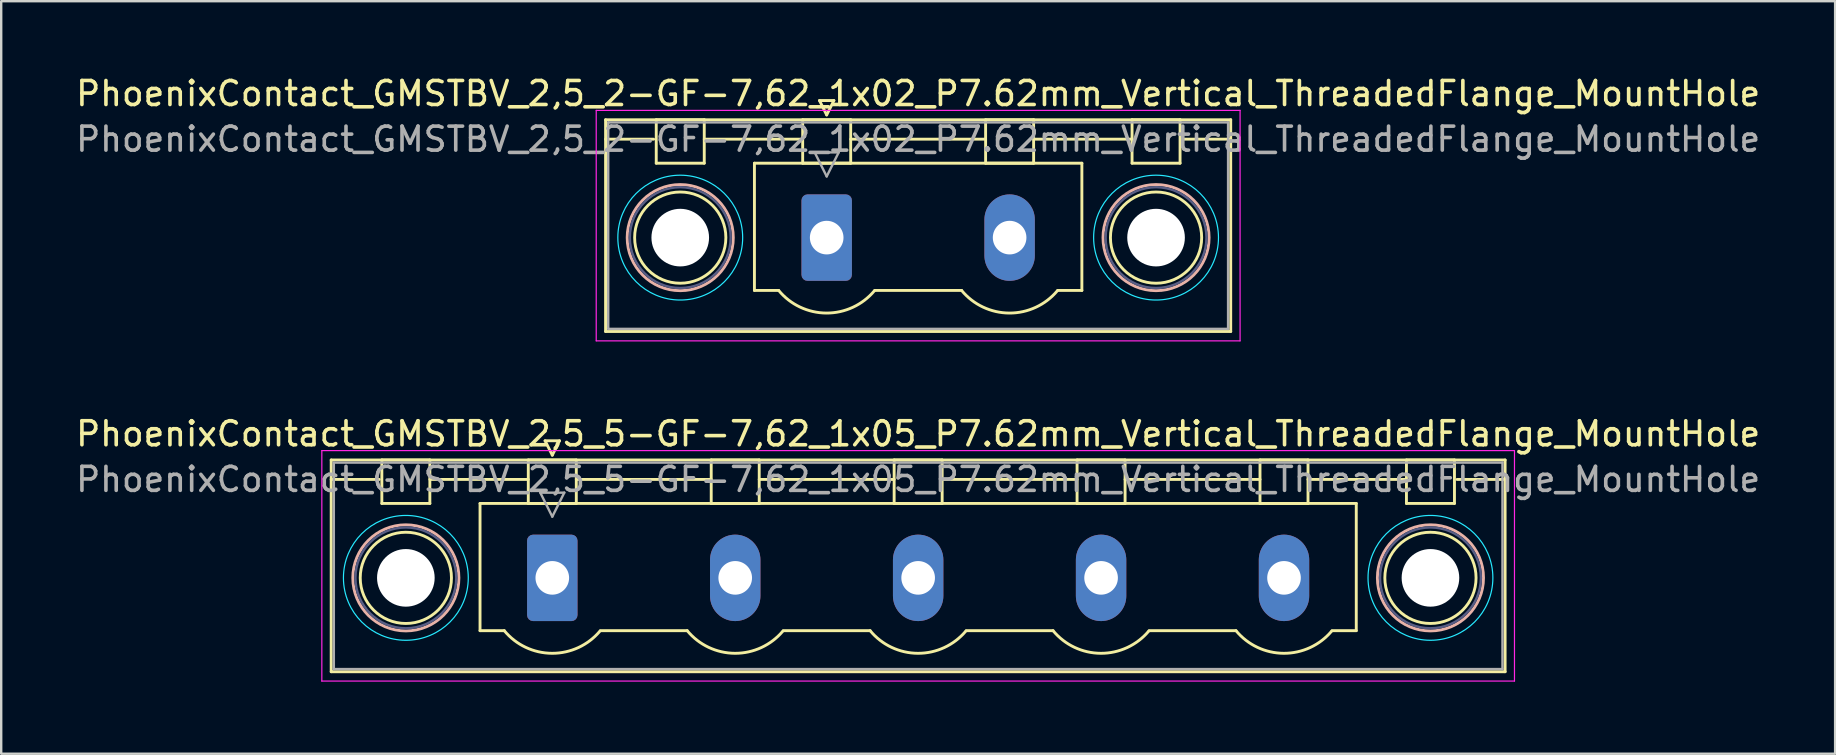
<source format=kicad_pcb>
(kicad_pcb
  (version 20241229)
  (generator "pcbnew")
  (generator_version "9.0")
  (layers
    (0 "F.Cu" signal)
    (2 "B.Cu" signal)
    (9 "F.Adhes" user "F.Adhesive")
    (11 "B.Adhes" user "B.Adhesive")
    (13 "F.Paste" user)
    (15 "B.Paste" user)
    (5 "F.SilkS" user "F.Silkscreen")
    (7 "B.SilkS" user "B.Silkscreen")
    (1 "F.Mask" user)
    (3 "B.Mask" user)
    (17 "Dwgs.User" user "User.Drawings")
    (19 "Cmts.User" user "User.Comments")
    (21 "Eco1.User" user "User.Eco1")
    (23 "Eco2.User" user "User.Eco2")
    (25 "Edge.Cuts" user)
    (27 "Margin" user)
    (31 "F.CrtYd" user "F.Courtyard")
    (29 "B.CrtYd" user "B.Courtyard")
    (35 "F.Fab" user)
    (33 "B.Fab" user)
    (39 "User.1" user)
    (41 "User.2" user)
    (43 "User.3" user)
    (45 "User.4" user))
  (footprint "PhoenixContact_GMSTBV_2,5_5-GF-7,62_1x05_P7.62mm_Vertical_ThreadedFlange_MountHole"
    (layer "F.Cu")
    (at 19.956 21.021)
    (property "Reference" "PhoenixContact_GMSTBV_2,5_5-GF-7,62_1x05_P7.62mm_Vertical_ThreadedFlange_MountHole" (at 15.24 -6 0) (layer "F.SilkS") (effects (font (size 1 1) (thickness 0.15))))
    (attr through_hole)
    (fp_line (start -9.21 -4.91) (end -9.21 3.91) (stroke (width 0.12) (type solid)) (layer "F.SilkS"))
    (fp_line (start -9.21 -4.1) (end -7.21 -4.1) (stroke (width 0.12) (type solid)) (layer "F.SilkS"))
    (fp_line (start -9.21 3.91) (end 39.69 3.91) (stroke (width 0.12) (type solid)) (layer "F.SilkS"))
    (fp_line (start -7.1 -4.91) (end -5.1 -4.91) (stroke (width 0.12) (type solid)) (layer "F.SilkS"))
    (fp_line (start -7.1 -3.1) (end -7.1 -4.91) (stroke (width 0.12) (type solid)) (layer "F.SilkS"))
    (fp_line (start -5.1 -4.91) (end -5.1 -3.1) (stroke (width 0.12) (type solid)) (layer "F.SilkS"))
    (fp_line (start -5.1 -4.1) (end -1 -4.1) (stroke (width 0.12) (type solid)) (layer "F.SilkS"))
    (fp_line (start -5.1 -3.1) (end -7.1 -3.1) (stroke (width 0.12) (type solid)) (layer "F.SilkS"))
    (fp_line (start -3.01 -3.1) (end 33.49 -3.1) (stroke (width 0.12) (type solid)) (layer "F.SilkS"))
    (fp_line (start -3.01 2.2) (end -3.01 -3.1) (stroke (width 0.12) (type solid)) (layer "F.SilkS"))
    (fp_line (start -2 2.2) (end -3.01 2.2) (stroke (width 0.12) (type solid)) (layer "F.SilkS"))
    (fp_line (start -1 -4.91) (end 1 -4.91) (stroke (width 0.12) (type solid)) (layer "F.SilkS"))
    (fp_line (start -1 -3.1) (end -1 -4.91) (stroke (width 0.12) (type solid)) (layer "F.SilkS"))
    (fp_line (start -0.3 -5.71) (end 0.3 -5.71) (stroke (width 0.12) (type solid)) (layer "F.SilkS"))
    (fp_line (start 0 -5.11) (end -0.3 -5.71) (stroke (width 0.12) (type solid)) (layer "F.SilkS"))
    (fp_line (start 0.3 -5.71) (end 0 -5.11) (stroke (width 0.12) (type solid)) (layer "F.SilkS"))
    (fp_line (start 1 -4.91) (end 1 -3.1) (stroke (width 0.12) (type solid)) (layer "F.SilkS"))
    (fp_line (start 1 -4.1) (end 6.62 -4.1) (stroke (width 0.12) (type solid)) (layer "F.SilkS"))
    (fp_line (start 1 -3.1) (end -1 -3.1) (stroke (width 0.12) (type solid)) (layer "F.SilkS"))
    (fp_line (start 2 2.2) (end 5.62 2.2) (stroke (width 0.12) (type solid)) (layer "F.SilkS"))
    (fp_line (start 6.62 -4.91) (end 8.62 -4.91) (stroke (width 0.12) (type solid)) (layer "F.SilkS"))
    (fp_line (start 6.62 -3.1) (end 6.62 -4.91) (stroke (width 0.12) (type solid)) (layer "F.SilkS"))
    (fp_line (start 8.62 -4.91) (end 8.62 -3.1) (stroke (width 0.12) (type solid)) (layer "F.SilkS"))
    (fp_line (start 8.62 -4.1) (end 14.24 -4.1) (stroke (width 0.12) (type solid)) (layer "F.SilkS"))
    (fp_line (start 8.62 -3.1) (end 6.62 -3.1) (stroke (width 0.12) (type solid)) (layer "F.SilkS"))
    (fp_line (start 9.62 2.2) (end 13.24 2.2) (stroke (width 0.12) (type solid)) (layer "F.SilkS"))
    (fp_line (start 14.24 -4.91) (end 16.24 -4.91) (stroke (width 0.12) (type solid)) (layer "F.SilkS"))
    (fp_line (start 14.24 -3.1) (end 14.24 -4.91) (stroke (width 0.12) (type solid)) (layer "F.SilkS"))
    (fp_line (start 16.24 -4.91) (end 16.24 -3.1) (stroke (width 0.12) (type solid)) (layer "F.SilkS"))
    (fp_line (start 16.24 -4.1) (end 21.86 -4.1) (stroke (width 0.12) (type solid)) (layer "F.SilkS"))
    (fp_line (start 16.24 -3.1) (end 14.24 -3.1) (stroke (width 0.12) (type solid)) (layer "F.SilkS"))
    (fp_line (start 17.24 2.2) (end 20.86 2.2) (stroke (width 0.12) (type solid)) (layer "F.SilkS"))
    (fp_line (start 21.86 -4.91) (end 23.86 -4.91) (stroke (width 0.12) (type solid)) (layer "F.SilkS"))
    (fp_line (start 21.86 -3.1) (end 21.86 -4.91) (stroke (width 0.12) (type solid)) (layer "F.SilkS"))
    (fp_line (start 23.86 -4.91) (end 23.86 -3.1) (stroke (width 0.12) (type solid)) (layer "F.SilkS"))
    (fp_line (start 23.86 -4.1) (end 29.48 -4.1) (stroke (width 0.12) (type solid)) (layer "F.SilkS"))
    (fp_line (start 23.86 -3.1) (end 21.86 -3.1) (stroke (width 0.12) (type solid)) (layer "F.SilkS"))
    (fp_line (start 24.86 2.2) (end 28.48 2.2) (stroke (width 0.12) (type solid)) (layer "F.SilkS"))
    (fp_line (start 29.48 -4.91) (end 31.48 -4.91) (stroke (width 0.12) (type solid)) (layer "F.SilkS"))
    (fp_line (start 29.48 -3.1) (end 29.48 -4.91) (stroke (width 0.12) (type solid)) (layer "F.SilkS"))
    (fp_line (start 31.48 -4.91) (end 31.48 -3.1) (stroke (width 0.12) (type solid)) (layer "F.SilkS"))
    (fp_line (start 31.48 -4.1) (end 35.58 -4.1) (stroke (width 0.12) (type solid)) (layer "F.SilkS"))
    (fp_line (start 31.48 -3.1) (end 29.48 -3.1) (stroke (width 0.12) (type solid)) (layer "F.SilkS"))
    (fp_line (start 33.49 -3.1) (end 33.49 2.2) (stroke (width 0.12) (type solid)) (layer "F.SilkS"))
    (fp_line (start 33.49 2.2) (end 32.48 2.2) (stroke (width 0.12) (type solid)) (layer "F.SilkS"))
    (fp_line (start 35.58 -4.91) (end 37.58 -4.91) (stroke (width 0.12) (type solid)) (layer "F.SilkS"))
    (fp_line (start 35.58 -3.1) (end 35.58 -4.91) (stroke (width 0.12) (type solid)) (layer "F.SilkS"))
    (fp_line (start 37.58 -4.91) (end 37.58 -3.1) (stroke (width 0.12) (type solid)) (layer "F.SilkS"))
    (fp_line (start 37.58 -3.1) (end 35.58 -3.1) (stroke (width 0.12) (type solid)) (layer "F.SilkS"))
    (fp_line (start 39.69 -4.91) (end -9.21 -4.91) (stroke (width 0.12) (type solid)) (layer "F.SilkS"))
    (fp_line (start 39.69 -4.1) (end 37.69 -4.1) (stroke (width 0.12) (type solid)) (layer "F.SilkS"))
    (fp_line (start 39.69 3.91) (end 39.69 -4.91) (stroke (width 0.12) (type solid)) (layer "F.SilkS"))
    (fp_arc (start 1.986842 2.215821) (mid -0.010289 3.142758) (end -2 2.2) (stroke (width 0.12) (type solid)) (layer "F.SilkS"))
    (fp_arc (start 9.606842 2.215821) (mid 7.609711 3.142758) (end 5.62 2.2) (stroke (width 0.12) (type solid)) (layer "F.SilkS"))
    (fp_arc (start 17.226842 2.215821) (mid 15.229711 3.142758) (end 13.24 2.2) (stroke (width 0.12) (type solid)) (layer "F.SilkS"))
    (fp_arc (start 24.846842 2.215821) (mid 22.849711 3.142758) (end 20.86 2.2) (stroke (width 0.12) (type solid)) (layer "F.SilkS"))
    (fp_arc (start 32.466842 2.215821) (mid 30.469711 3.142758) (end 28.48 2.2) (stroke (width 0.12) (type solid)) (layer "F.SilkS"))
    (fp_circle (center -6.1 0) (end -4.2 0) (stroke (width 0.12) (type solid)) (fill no) (layer "F.SilkS"))
    (fp_circle (center 36.58 0) (end 38.48 0) (stroke (width 0.12) (type solid)) (fill no) (layer "F.SilkS"))
    (fp_circle (center -6.1 0) (end -3.89 0) (stroke (width 0.12) (type solid)) (fill no) (layer "B.SilkS"))
    (fp_circle (center 36.58 0) (end 38.79 0) (stroke (width 0.12) (type solid)) (fill no) (layer "B.SilkS"))
    (fp_circle (center -6.1 0) (end -3.5 0) (stroke (width 0.05) (type solid)) (fill no) (layer "B.CrtYd"))
    (fp_circle (center 36.58 0) (end 39.18 0) (stroke (width 0.05) (type solid)) (fill no) (layer "B.CrtYd"))
    (fp_line (start -9.6 -5.3) (end -9.6 4.3) (stroke (width 0.05) (type solid)) (layer "F.CrtYd"))
    (fp_line (start -9.6 4.3) (end 40.08 4.3) (stroke (width 0.05) (type solid)) (layer "F.CrtYd"))
    (fp_line (start 40.08 -5.3) (end -9.6 -5.3) (stroke (width 0.05) (type solid)) (layer "F.CrtYd"))
    (fp_line (start 40.08 4.3) (end 40.08 -5.3) (stroke (width 0.05) (type solid)) (layer "F.CrtYd"))
    (fp_circle (center -6.1 0) (end -4 0) (stroke (width 0.1) (type solid)) (fill no) (layer "B.Fab"))
    (fp_circle (center 36.58 0) (end 38.68 0) (stroke (width 0.1) (type solid)) (fill no) (layer "B.Fab"))
    (fp_line (start -9.1 -4.8) (end -9.1 3.8) (stroke (width 0.1) (type solid)) (layer "F.Fab"))
    (fp_line (start -9.1 3.8) (end 39.58 3.8) (stroke (width 0.1) (type solid)) (layer "F.Fab"))
    (fp_line (start -0.5 -3.55) (end 0.5 -3.55) (stroke (width 0.1) (type solid)) (layer "F.Fab"))
    (fp_line (start 0 -2.55) (end -0.5 -3.55) (stroke (width 0.1) (type solid)) (layer "F.Fab"))
    (fp_line (start 0.5 -3.55) (end 0 -2.55) (stroke (width 0.1) (type solid)) (layer "F.Fab"))
    (fp_line (start 39.58 -4.8) (end -9.1 -4.8) (stroke (width 0.1) (type solid)) (layer "F.Fab"))
    (fp_line (start 39.58 3.8) (end 39.58 -4.8) (stroke (width 0.1) (type solid)) (layer "F.Fab"))
    (fp_text user "${REFERENCE}" (at 15.24 -4.1 0) (layer "F.Fab") (effects (font (size 1 1) (thickness 0.15))))
    (pad "" np_thru_hole circle (at -6.1 0) (size 2.4 2.4) (drill 2.4) (layers "*.Cu" "*.Mask"))
    (pad "" np_thru_hole circle (at 36.58 0) (size 2.4 2.4) (drill 2.4) (layers "*.Cu" "*.Mask"))
    (pad "1" thru_hole roundrect (at 0 0) (size 2.1 3.6) (drill 1.4) (layers "*.Cu" "*.Mask") (roundrect_rratio 0.119))
    (pad "2" thru_hole oval (at 7.62 0) (size 2.1 3.6) (drill 1.4) (layers "*.Cu" "*.Mask"))
    (pad "3" thru_hole oval (at 15.24 0) (size 2.1 3.6) (drill 1.4) (layers "*.Cu" "*.Mask"))
    (pad "4" thru_hole oval (at 22.86 0) (size 2.1 3.6) (drill 1.4) (layers "*.Cu" "*.Mask"))
    (pad "5" thru_hole oval (at 30.48 0) (size 2.1 3.6) (drill 1.4) (layers "*.Cu" "*.Mask")))
  (footprint "PhoenixContact_GMSTBV_2,5_2-GF-7,62_1x02_P7.62mm_Vertical_ThreadedFlange_MountHole"
    (layer "F.Cu")
    (at 31.386 6.848)
    (property "Reference" "PhoenixContact_GMSTBV_2,5_2-GF-7,62_1x02_P7.62mm_Vertical_ThreadedFlange_MountHole" (at 3.81 -6 0) (layer "F.SilkS") (effects (font (size 1 1) (thickness 0.15))))
    (attr through_hole)
    (fp_line (start -9.21 -4.91) (end -9.21 3.91) (stroke (width 0.12) (type solid)) (layer "F.SilkS"))
    (fp_line (start -9.21 -4.1) (end -7.21 -4.1) (stroke (width 0.12) (type solid)) (layer "F.SilkS"))
    (fp_line (start -9.21 3.91) (end 16.83 3.91) (stroke (width 0.12) (type solid)) (layer "F.SilkS"))
    (fp_line (start -7.1 -4.91) (end -5.1 -4.91) (stroke (width 0.12) (type solid)) (layer "F.SilkS"))
    (fp_line (start -7.1 -3.1) (end -7.1 -4.91) (stroke (width 0.12) (type solid)) (layer "F.SilkS"))
    (fp_line (start -5.1 -4.91) (end -5.1 -3.1) (stroke (width 0.12) (type solid)) (layer "F.SilkS"))
    (fp_line (start -5.1 -4.1) (end -1 -4.1) (stroke (width 0.12) (type solid)) (layer "F.SilkS"))
    (fp_line (start -5.1 -3.1) (end -7.1 -3.1) (stroke (width 0.12) (type solid)) (layer "F.SilkS"))
    (fp_line (start -3.01 -3.1) (end 10.63 -3.1) (stroke (width 0.12) (type solid)) (layer "F.SilkS"))
    (fp_line (start -3.01 2.2) (end -3.01 -3.1) (stroke (width 0.12) (type solid)) (layer "F.SilkS"))
    (fp_line (start -2 2.2) (end -3.01 2.2) (stroke (width 0.12) (type solid)) (layer "F.SilkS"))
    (fp_line (start -1 -4.91) (end 1 -4.91) (stroke (width 0.12) (type solid)) (layer "F.SilkS"))
    (fp_line (start -1 -3.1) (end -1 -4.91) (stroke (width 0.12) (type solid)) (layer "F.SilkS"))
    (fp_line (start -0.3 -5.71) (end 0.3 -5.71) (stroke (width 0.12) (type solid)) (layer "F.SilkS"))
    (fp_line (start 0 -5.11) (end -0.3 -5.71) (stroke (width 0.12) (type solid)) (layer "F.SilkS"))
    (fp_line (start 0.3 -5.71) (end 0 -5.11) (stroke (width 0.12) (type solid)) (layer "F.SilkS"))
    (fp_line (start 1 -4.91) (end 1 -3.1) (stroke (width 0.12) (type solid)) (layer "F.SilkS"))
    (fp_line (start 1 -4.1) (end 6.62 -4.1) (stroke (width 0.12) (type solid)) (layer "F.SilkS"))
    (fp_line (start 1 -3.1) (end -1 -3.1) (stroke (width 0.12) (type solid)) (layer "F.SilkS"))
    (fp_line (start 2 2.2) (end 5.62 2.2) (stroke (width 0.12) (type solid)) (layer "F.SilkS"))
    (fp_line (start 6.62 -4.91) (end 8.62 -4.91) (stroke (width 0.12) (type solid)) (layer "F.SilkS"))
    (fp_line (start 6.62 -3.1) (end 6.62 -4.91) (stroke (width 0.12) (type solid)) (layer "F.SilkS"))
    (fp_line (start 8.62 -4.91) (end 8.62 -3.1) (stroke (width 0.12) (type solid)) (layer "F.SilkS"))
    (fp_line (start 8.62 -4.1) (end 12.72 -4.1) (stroke (width 0.12) (type solid)) (layer "F.SilkS"))
    (fp_line (start 8.62 -3.1) (end 6.62 -3.1) (stroke (width 0.12) (type solid)) (layer "F.SilkS"))
    (fp_line (start 10.63 -3.1) (end 10.63 2.2) (stroke (width 0.12) (type solid)) (layer "F.SilkS"))
    (fp_line (start 10.63 2.2) (end 9.62 2.2) (stroke (width 0.12) (type solid)) (layer "F.SilkS"))
    (fp_line (start 12.72 -4.91) (end 14.72 -4.91) (stroke (width 0.12) (type solid)) (layer "F.SilkS"))
    (fp_line (start 12.72 -3.1) (end 12.72 -4.91) (stroke (width 0.12) (type solid)) (layer "F.SilkS"))
    (fp_line (start 14.72 -4.91) (end 14.72 -3.1) (stroke (width 0.12) (type solid)) (layer "F.SilkS"))
    (fp_line (start 14.72 -3.1) (end 12.72 -3.1) (stroke (width 0.12) (type solid)) (layer "F.SilkS"))
    (fp_line (start 16.83 -4.91) (end -9.21 -4.91) (stroke (width 0.12) (type solid)) (layer "F.SilkS"))
    (fp_line (start 16.83 -4.1) (end 14.83 -4.1) (stroke (width 0.12) (type solid)) (layer "F.SilkS"))
    (fp_line (start 16.83 3.91) (end 16.83 -4.91) (stroke (width 0.12) (type solid)) (layer "F.SilkS"))
    (fp_arc (start 1.986842 2.215821) (mid -0.010289 3.142758) (end -2 2.2) (stroke (width 0.12) (type solid)) (layer "F.SilkS"))
    (fp_arc (start 9.606842 2.215821) (mid 7.609711 3.142758) (end 5.62 2.2) (stroke (width 0.12) (type solid)) (layer "F.SilkS"))
    (fp_circle (center -6.1 0) (end -4.2 0) (stroke (width 0.12) (type solid)) (fill no) (layer "F.SilkS"))
    (fp_circle (center 13.72 0) (end 15.62 0) (stroke (width 0.12) (type solid)) (fill no) (layer "F.SilkS"))
    (fp_circle (center -6.1 0) (end -3.89 0) (stroke (width 0.12) (type solid)) (fill no) (layer "B.SilkS"))
    (fp_circle (center 13.72 0) (end 15.93 0) (stroke (width 0.12) (type solid)) (fill no) (layer "B.SilkS"))
    (fp_circle (center -6.1 0) (end -3.5 0) (stroke (width 0.05) (type solid)) (fill no) (layer "B.CrtYd"))
    (fp_circle (center 13.72 0) (end 16.32 0) (stroke (width 0.05) (type solid)) (fill no) (layer "B.CrtYd"))
    (fp_line (start -9.6 -5.3) (end -9.6 4.3) (stroke (width 0.05) (type solid)) (layer "F.CrtYd"))
    (fp_line (start -9.6 4.3) (end 17.22 4.3) (stroke (width 0.05) (type solid)) (layer "F.CrtYd"))
    (fp_line (start 17.22 -5.3) (end -9.6 -5.3) (stroke (width 0.05) (type solid)) (layer "F.CrtYd"))
    (fp_line (start 17.22 4.3) (end 17.22 -5.3) (stroke (width 0.05) (type solid)) (layer "F.CrtYd"))
    (fp_circle (center -6.1 0) (end -4 0) (stroke (width 0.1) (type solid)) (fill no) (layer "B.Fab"))
    (fp_circle (center 13.72 0) (end 15.82 0) (stroke (width 0.1) (type solid)) (fill no) (layer "B.Fab"))
    (fp_line (start -9.1 -4.8) (end -9.1 3.8) (stroke (width 0.1) (type solid)) (layer "F.Fab"))
    (fp_line (start -9.1 3.8) (end 16.72 3.8) (stroke (width 0.1) (type solid)) (layer "F.Fab"))
    (fp_line (start -0.5 -3.55) (end 0.5 -3.55) (stroke (width 0.1) (type solid)) (layer "F.Fab"))
    (fp_line (start 0 -2.55) (end -0.5 -3.55) (stroke (width 0.1) (type solid)) (layer "F.Fab"))
    (fp_line (start 0.5 -3.55) (end 0 -2.55) (stroke (width 0.1) (type solid)) (layer "F.Fab"))
    (fp_line (start 16.72 -4.8) (end -9.1 -4.8) (stroke (width 0.1) (type solid)) (layer "F.Fab"))
    (fp_line (start 16.72 3.8) (end 16.72 -4.8) (stroke (width 0.1) (type solid)) (layer "F.Fab"))
    (fp_text user "${REFERENCE}" (at 3.81 -4.1 0) (layer "F.Fab") (effects (font (size 1 1) (thickness 0.15))))
    (pad "" np_thru_hole circle (at -6.1 0) (size 2.4 2.4) (drill 2.4) (layers "*.Cu" "*.Mask"))
    (pad "" np_thru_hole circle (at 13.72 0) (size 2.4 2.4) (drill 2.4) (layers "*.Cu" "*.Mask"))
    (pad "1" thru_hole roundrect (at 0 0) (size 2.1 3.6) (drill 1.4) (layers "*.Cu" "*.Mask") (roundrect_rratio 0.119))
    (pad "2" thru_hole oval (at 7.62 0) (size 2.1 3.6) (drill 1.4) (layers "*.Cu" "*.Mask")))
  (gr_rect
    (start -3 -3)
    (end 73.393 28.346)
    (stroke (width 0.1) (type default))
    (fill no)
    (layer "Edge.Cuts")))
</source>
